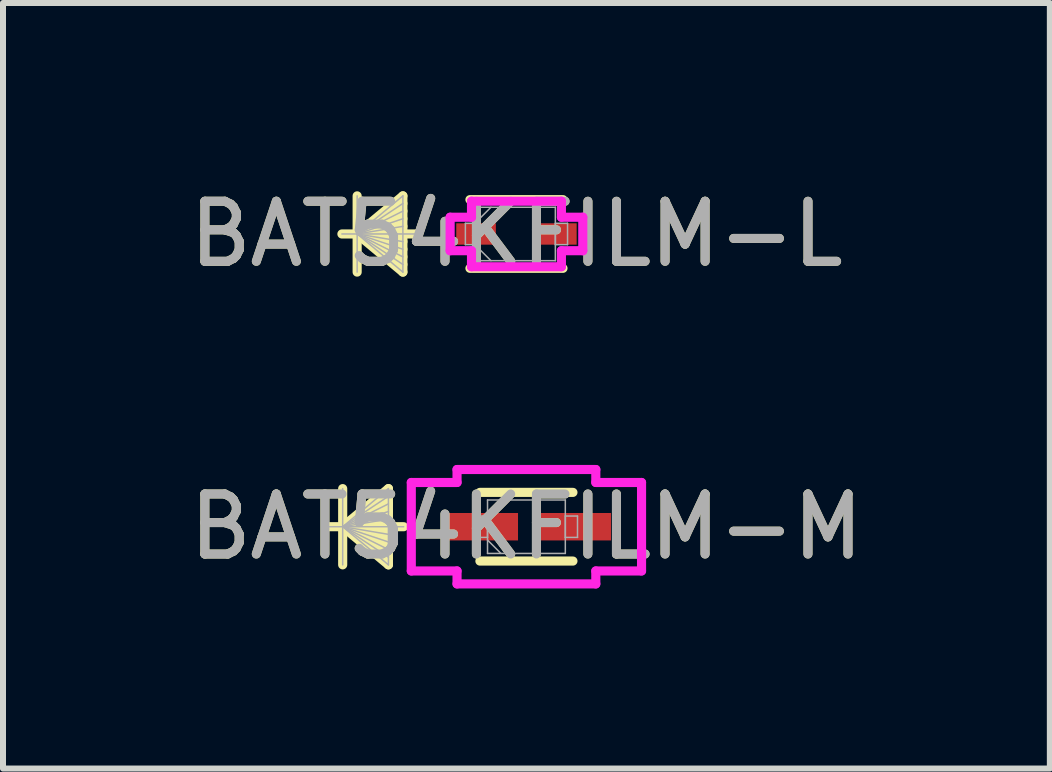
<source format=kicad_pcb>
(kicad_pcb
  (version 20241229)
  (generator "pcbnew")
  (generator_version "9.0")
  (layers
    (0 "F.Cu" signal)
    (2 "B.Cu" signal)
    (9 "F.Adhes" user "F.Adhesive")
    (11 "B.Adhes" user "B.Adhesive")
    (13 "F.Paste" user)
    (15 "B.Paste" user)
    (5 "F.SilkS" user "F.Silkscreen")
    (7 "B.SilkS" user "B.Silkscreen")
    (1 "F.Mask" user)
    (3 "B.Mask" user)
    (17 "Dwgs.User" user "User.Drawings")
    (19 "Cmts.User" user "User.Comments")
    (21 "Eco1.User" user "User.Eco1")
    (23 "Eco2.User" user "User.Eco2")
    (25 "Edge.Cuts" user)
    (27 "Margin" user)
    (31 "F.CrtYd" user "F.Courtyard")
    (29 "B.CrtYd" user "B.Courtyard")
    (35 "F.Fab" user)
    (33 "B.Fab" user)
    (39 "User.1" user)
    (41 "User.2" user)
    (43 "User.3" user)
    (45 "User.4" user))
  (footprint "BAT54KFILM-L"
    (layer "F.Cu")
    (at 5.554 0.848)
    (property "Reference" "BAT54KFILM-L" (at 0 0 0) (unlocked yes) (layer "F.SilkS") (effects (font (size 1 1) (thickness 0.15))))
    (attr smd)
    (fp_line (start -2.654 -0.635) (end -2.654 0.635) (stroke (width 0.152) (type solid)) (layer "F.SilkS"))
    (fp_line (start -2.654 0) (end -1.892 -0.635) (stroke (width 0.152) (type solid)) (layer "F.SilkS"))
    (fp_line (start -2.654 0) (end -1.892 -0.508) (stroke (width 0.152) (type solid)) (layer "F.SilkS"))
    (fp_line (start -2.654 0) (end -1.892 -0.381) (stroke (width 0.152) (type solid)) (layer "F.SilkS"))
    (fp_line (start -2.654 0) (end -1.892 -0.254) (stroke (width 0.152) (type solid)) (layer "F.SilkS"))
    (fp_line (start -2.654 0) (end -1.892 -0.127) (stroke (width 0.152) (type solid)) (layer "F.SilkS"))
    (fp_line (start -2.654 0) (end -1.892 0.127) (stroke (width 0.152) (type solid)) (layer "F.SilkS"))
    (fp_line (start -2.654 0) (end -1.892 0.254) (stroke (width 0.152) (type solid)) (layer "F.SilkS"))
    (fp_line (start -2.654 0) (end -1.892 0.381) (stroke (width 0.152) (type solid)) (layer "F.SilkS"))
    (fp_line (start -2.654 0) (end -1.892 0.508) (stroke (width 0.152) (type solid)) (layer "F.SilkS"))
    (fp_line (start -2.654 0) (end -1.892 0.635) (stroke (width 0.152) (type solid)) (layer "F.SilkS"))
    (fp_line (start -1.892 -0.635) (end -1.892 0.635) (stroke (width 0.152) (type solid)) (layer "F.SilkS"))
    (fp_line (start -1.638 0) (end -2.908 0) (stroke (width 0.152) (type solid)) (layer "F.SilkS"))
    (fp_line (start -0.775 0.572) (end 0.775 0.572) (stroke (width 0.152) (type solid)) (layer "F.SilkS"))
    (fp_line (start 0.775 -0.572) (end -0.775 -0.572) (stroke (width 0.152) (type solid)) (layer "F.SilkS"))
    (fp_line (start -1.105 -0.279) (end -0.749 -0.279) (stroke (width 0.152) (type solid)) (layer "F.CrtYd"))
    (fp_line (start -1.105 0.279) (end -1.105 -0.279) (stroke (width 0.152) (type solid)) (layer "F.CrtYd"))
    (fp_line (start -0.749 -0.546) (end 0.749 -0.546) (stroke (width 0.152) (type solid)) (layer "F.CrtYd"))
    (fp_line (start -0.749 -0.279) (end -0.749 -0.546) (stroke (width 0.152) (type solid)) (layer "F.CrtYd"))
    (fp_line (start -0.749 0.279) (end -1.105 0.279) (stroke (width 0.152) (type solid)) (layer "F.CrtYd"))
    (fp_line (start -0.749 0.546) (end -0.749 0.279) (stroke (width 0.152) (type solid)) (layer "F.CrtYd"))
    (fp_line (start 0.749 -0.546) (end 0.749 -0.279) (stroke (width 0.152) (type solid)) (layer "F.CrtYd"))
    (fp_line (start 0.749 -0.279) (end 1.105 -0.279) (stroke (width 0.152) (type solid)) (layer "F.CrtYd"))
    (fp_line (start 0.749 0.279) (end 0.749 0.546) (stroke (width 0.152) (type solid)) (layer "F.CrtYd"))
    (fp_line (start 0.749 0.546) (end -0.749 0.546) (stroke (width 0.152) (type solid)) (layer "F.CrtYd"))
    (fp_line (start 1.105 -0.279) (end 1.105 0.279) (stroke (width 0.152) (type solid)) (layer "F.CrtYd"))
    (fp_line (start 1.105 0.279) (end 0.749 0.279) (stroke (width 0.152) (type solid)) (layer "F.CrtYd"))
    (fp_line (start -2.654 -0.635) (end -2.654 0.635) (stroke (width 0.025) (type solid)) (layer "F.Fab"))
    (fp_line (start -2.654 0) (end -1.892 -0.635) (stroke (width 0.025) (type solid)) (layer "F.Fab"))
    (fp_line (start -2.654 0) (end -1.892 -0.508) (stroke (width 0.025) (type solid)) (layer "F.Fab"))
    (fp_line (start -2.654 0) (end -1.892 -0.381) (stroke (width 0.025) (type solid)) (layer "F.Fab"))
    (fp_line (start -2.654 0) (end -1.892 -0.254) (stroke (width 0.025) (type solid)) (layer "F.Fab"))
    (fp_line (start -2.654 0) (end -1.892 -0.127) (stroke (width 0.025) (type solid)) (layer "F.Fab"))
    (fp_line (start -2.654 0) (end -1.892 0.127) (stroke (width 0.025) (type solid)) (layer "F.Fab"))
    (fp_line (start -2.654 0) (end -1.892 0.254) (stroke (width 0.025) (type solid)) (layer "F.Fab"))
    (fp_line (start -2.654 0) (end -1.892 0.381) (stroke (width 0.025) (type solid)) (layer "F.Fab"))
    (fp_line (start -2.654 0) (end -1.892 0.508) (stroke (width 0.025) (type solid)) (layer "F.Fab"))
    (fp_line (start -2.654 0) (end -1.892 0.635) (stroke (width 0.025) (type solid)) (layer "F.Fab"))
    (fp_line (start -1.892 -0.635) (end -1.892 0.635) (stroke (width 0.025) (type solid)) (layer "F.Fab"))
    (fp_line (start -1.638 0) (end -2.908 0) (stroke (width 0.025) (type solid)) (layer "F.Fab"))
    (fp_line (start -0.851 -0.178) (end -0.851 0.178) (stroke (width 0.025) (type solid)) (layer "F.Fab"))
    (fp_line (start -0.851 0.178) (end -0.648 0.178) (stroke (width 0.025) (type solid)) (layer "F.Fab"))
    (fp_line (start -0.648 -0.445) (end -0.648 0.445) (stroke (width 0.025) (type solid)) (layer "F.Fab"))
    (fp_line (start -0.648 -0.222) (end -0.425 -0.445) (stroke (width 0.025) (type solid)) (layer "F.Fab"))
    (fp_line (start -0.648 -0.178) (end -0.851 -0.178) (stroke (width 0.025) (type solid)) (layer "F.Fab"))
    (fp_line (start -0.648 0.178) (end -0.648 -0.178) (stroke (width 0.025) (type solid)) (layer "F.Fab"))
    (fp_line (start -0.648 0.222) (end -0.425 0.445) (stroke (width 0.025) (type solid)) (layer "F.Fab"))
    (fp_line (start -0.648 0.445) (end 0.648 0.445) (stroke (width 0.025) (type solid)) (layer "F.Fab"))
    (fp_line (start 0.648 -0.445) (end -0.648 -0.445) (stroke (width 0.025) (type solid)) (layer "F.Fab"))
    (fp_line (start 0.648 -0.178) (end 0.648 0.178) (stroke (width 0.025) (type solid)) (layer "F.Fab"))
    (fp_line (start 0.648 0.178) (end 0.851 0.178) (stroke (width 0.025) (type solid)) (layer "F.Fab"))
    (fp_line (start 0.648 0.445) (end 0.648 -0.445) (stroke (width 0.025) (type solid)) (layer "F.Fab"))
    (fp_line (start 0.851 -0.178) (end 0.648 -0.178) (stroke (width 0.025) (type solid)) (layer "F.Fab"))
    (fp_line (start 0.851 0.178) (end 0.851 -0.178) (stroke (width 0.025) (type solid)) (layer "F.Fab"))
    (fp_text user "${REFERENCE}" (at 0 0 0) (unlocked yes) (layer "F.Fab") (effects (font (size 1 1) (thickness 0.15))))
    (pad "1" smd rect (at -0.673 0) (size 0.66 0.356) (layers "F.Cu" "F.Mask" "F.Paste"))
    (pad "2" smd rect (at 0.673 0) (size 0.66 0.356) (layers "F.Cu" "F.Mask" "F.Paste")))
  (footprint "BAT54KFILM-M"
    (layer "F.Cu")
    (at 5.72 5.725)
    (property "Reference" "BAT54KFILM-M" (at 0 0 0) (unlocked yes) (layer "F.SilkS") (effects (font (size 1 1) (thickness 0.15))))
    (attr smd)
    (fp_line (start -3.061 -0.635) (end -3.061 0.635) (stroke (width 0.152) (type solid)) (layer "F.SilkS"))
    (fp_line (start -3.061 0) (end -2.299 -0.635) (stroke (width 0.152) (type solid)) (layer "F.SilkS"))
    (fp_line (start -3.061 0) (end -2.299 -0.508) (stroke (width 0.152) (type solid)) (layer "F.SilkS"))
    (fp_line (start -3.061 0) (end -2.299 -0.381) (stroke (width 0.152) (type solid)) (layer "F.SilkS"))
    (fp_line (start -3.061 0) (end -2.299 -0.254) (stroke (width 0.152) (type solid)) (layer "F.SilkS"))
    (fp_line (start -3.061 0) (end -2.299 -0.127) (stroke (width 0.152) (type solid)) (layer "F.SilkS"))
    (fp_line (start -3.061 0) (end -2.299 0.127) (stroke (width 0.152) (type solid)) (layer "F.SilkS"))
    (fp_line (start -3.061 0) (end -2.299 0.254) (stroke (width 0.152) (type solid)) (layer "F.SilkS"))
    (fp_line (start -3.061 0) (end -2.299 0.381) (stroke (width 0.152) (type solid)) (layer "F.SilkS"))
    (fp_line (start -3.061 0) (end -2.299 0.508) (stroke (width 0.152) (type solid)) (layer "F.SilkS"))
    (fp_line (start -3.061 0) (end -2.299 0.635) (stroke (width 0.152) (type solid)) (layer "F.SilkS"))
    (fp_line (start -2.299 -0.635) (end -2.299 0.635) (stroke (width 0.152) (type solid)) (layer "F.SilkS"))
    (fp_line (start -2.045 0) (end -3.315 0) (stroke (width 0.152) (type solid)) (layer "F.SilkS"))
    (fp_line (start -0.775 0.572) (end 0.775 0.572) (stroke (width 0.152) (type solid)) (layer "F.SilkS"))
    (fp_line (start 0.775 -0.572) (end -0.775 -0.572) (stroke (width 0.152) (type solid)) (layer "F.SilkS"))
    (fp_line (start -1.918 -0.737) (end -1.156 -0.737) (stroke (width 0.152) (type solid)) (layer "F.CrtYd"))
    (fp_line (start -1.918 0.737) (end -1.918 -0.737) (stroke (width 0.152) (type solid)) (layer "F.CrtYd"))
    (fp_line (start -1.156 -0.953) (end 1.156 -0.953) (stroke (width 0.152) (type solid)) (layer "F.CrtYd"))
    (fp_line (start -1.156 -0.737) (end -1.156 -0.953) (stroke (width 0.152) (type solid)) (layer "F.CrtYd"))
    (fp_line (start -1.156 0.737) (end -1.918 0.737) (stroke (width 0.152) (type solid)) (layer "F.CrtYd"))
    (fp_line (start -1.156 0.953) (end -1.156 0.737) (stroke (width 0.152) (type solid)) (layer "F.CrtYd"))
    (fp_line (start 1.156 -0.953) (end 1.156 -0.737) (stroke (width 0.152) (type solid)) (layer "F.CrtYd"))
    (fp_line (start 1.156 -0.737) (end 1.918 -0.737) (stroke (width 0.152) (type solid)) (layer "F.CrtYd"))
    (fp_line (start 1.156 0.737) (end 1.156 0.953) (stroke (width 0.152) (type solid)) (layer "F.CrtYd"))
    (fp_line (start 1.156 0.953) (end -1.156 0.953) (stroke (width 0.152) (type solid)) (layer "F.CrtYd"))
    (fp_line (start 1.918 -0.737) (end 1.918 0.737) (stroke (width 0.152) (type solid)) (layer "F.CrtYd"))
    (fp_line (start 1.918 0.737) (end 1.156 0.737) (stroke (width 0.152) (type solid)) (layer "F.CrtYd"))
    (fp_line (start -3.061 -0.635) (end -3.061 0.635) (stroke (width 0.025) (type solid)) (layer "F.Fab"))
    (fp_line (start -3.061 0) (end -2.299 -0.635) (stroke (width 0.025) (type solid)) (layer "F.Fab"))
    (fp_line (start -3.061 0) (end -2.299 -0.508) (stroke (width 0.025) (type solid)) (layer "F.Fab"))
    (fp_line (start -3.061 0) (end -2.299 -0.381) (stroke (width 0.025) (type solid)) (layer "F.Fab"))
    (fp_line (start -3.061 0) (end -2.299 -0.254) (stroke (width 0.025) (type solid)) (layer "F.Fab"))
    (fp_line (start -3.061 0) (end -2.299 -0.127) (stroke (width 0.025) (type solid)) (layer "F.Fab"))
    (fp_line (start -3.061 0) (end -2.299 0.127) (stroke (width 0.025) (type solid)) (layer "F.Fab"))
    (fp_line (start -3.061 0) (end -2.299 0.254) (stroke (width 0.025) (type solid)) (layer "F.Fab"))
    (fp_line (start -3.061 0) (end -2.299 0.381) (stroke (width 0.025) (type solid)) (layer "F.Fab"))
    (fp_line (start -3.061 0) (end -2.299 0.508) (stroke (width 0.025) (type solid)) (layer "F.Fab"))
    (fp_line (start -3.061 0) (end -2.299 0.635) (stroke (width 0.025) (type solid)) (layer "F.Fab"))
    (fp_line (start -2.299 -0.635) (end -2.299 0.635) (stroke (width 0.025) (type solid)) (layer "F.Fab"))
    (fp_line (start -2.045 0) (end -3.315 0) (stroke (width 0.025) (type solid)) (layer "F.Fab"))
    (fp_line (start -0.851 -0.178) (end -0.851 0.178) (stroke (width 0.025) (type solid)) (layer "F.Fab"))
    (fp_line (start -0.851 0.178) (end -0.648 0.178) (stroke (width 0.025) (type solid)) (layer "F.Fab"))
    (fp_line (start -0.648 -0.445) (end -0.648 0.445) (stroke (width 0.025) (type solid)) (layer "F.Fab"))
    (fp_line (start -0.648 -0.222) (end -0.425 -0.445) (stroke (width 0.025) (type solid)) (layer "F.Fab"))
    (fp_line (start -0.648 -0.178) (end -0.851 -0.178) (stroke (width 0.025) (type solid)) (layer "F.Fab"))
    (fp_line (start -0.648 0.178) (end -0.648 -0.178) (stroke (width 0.025) (type solid)) (layer "F.Fab"))
    (fp_line (start -0.648 0.222) (end -0.425 0.445) (stroke (width 0.025) (type solid)) (layer "F.Fab"))
    (fp_line (start -0.648 0.445) (end 0.648 0.445) (stroke (width 0.025) (type solid)) (layer "F.Fab"))
    (fp_line (start 0.648 -0.445) (end -0.648 -0.445) (stroke (width 0.025) (type solid)) (layer "F.Fab"))
    (fp_line (start 0.648 -0.178) (end 0.648 0.178) (stroke (width 0.025) (type solid)) (layer "F.Fab"))
    (fp_line (start 0.648 0.178) (end 0.851 0.178) (stroke (width 0.025) (type solid)) (layer "F.Fab"))
    (fp_line (start 0.648 0.445) (end 0.648 -0.445) (stroke (width 0.025) (type solid)) (layer "F.Fab"))
    (fp_line (start 0.851 -0.178) (end 0.648 -0.178) (stroke (width 0.025) (type solid)) (layer "F.Fab"))
    (fp_line (start 0.851 0.178) (end 0.851 -0.178) (stroke (width 0.025) (type solid)) (layer "F.Fab"))
    (fp_text user "${REFERENCE}" (at 0 0 0) (unlocked yes) (layer "F.Fab") (effects (font (size 1 1) (thickness 0.15))))
    (pad "1" smd rect (at -0.775 0) (size 1.27 0.457) (layers "F.Cu" "F.Mask" "F.Paste"))
    (pad "2" smd rect (at 0.775 0) (size 1.27 0.457) (layers "F.Cu" "F.Mask" "F.Paste")))
  (gr_rect
    (start -3 -3)
    (end 14.44 9.754)
    (stroke (width 0.1) (type default))
    (fill no)
    (layer "Edge.Cuts")))
</source>
